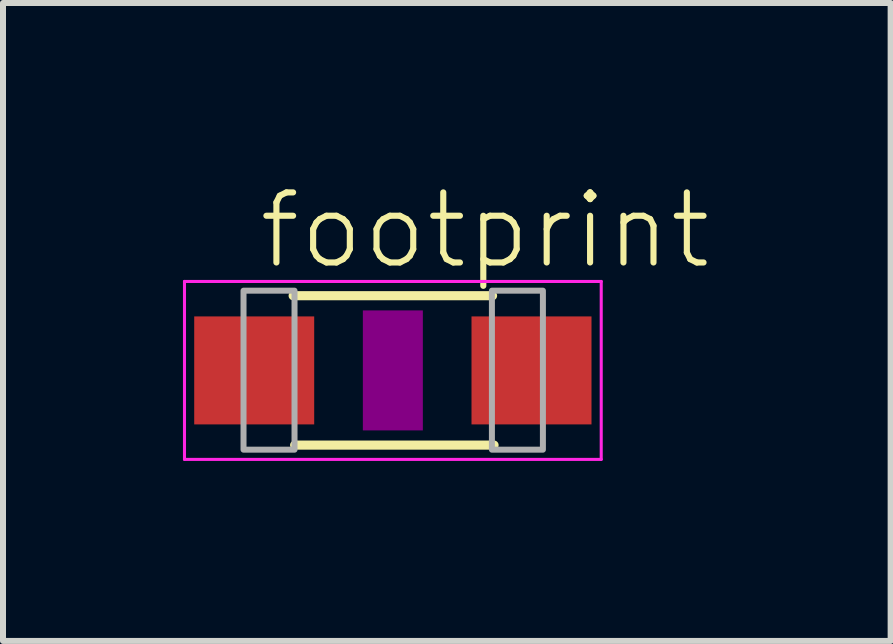
<source format=kicad_pcb>
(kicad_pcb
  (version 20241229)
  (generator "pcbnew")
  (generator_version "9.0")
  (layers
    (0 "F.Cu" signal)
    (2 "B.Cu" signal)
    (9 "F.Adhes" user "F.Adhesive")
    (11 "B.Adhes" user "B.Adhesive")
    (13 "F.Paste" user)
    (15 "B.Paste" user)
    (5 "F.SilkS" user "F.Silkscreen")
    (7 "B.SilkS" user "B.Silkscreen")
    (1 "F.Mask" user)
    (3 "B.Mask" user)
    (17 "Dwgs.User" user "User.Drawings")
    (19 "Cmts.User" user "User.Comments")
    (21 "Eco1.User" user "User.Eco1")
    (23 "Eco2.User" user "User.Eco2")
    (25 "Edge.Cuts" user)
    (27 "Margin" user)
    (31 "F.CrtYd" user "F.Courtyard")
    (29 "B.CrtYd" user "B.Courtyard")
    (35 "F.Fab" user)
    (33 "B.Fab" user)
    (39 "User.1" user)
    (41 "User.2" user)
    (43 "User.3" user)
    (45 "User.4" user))
  (footprint "footprint"
    (layer "F.Cu")
    (at 3.498 3.124)
    (property "Reference" "footprint" (at -2.286 -1.651 0) (layer "F.SilkS") (effects (font (size 1.168 1.168) (thickness 0.102)) (justify left bottom)))
    (fp_line (start -1.662 -1.245) (end 1.662 -1.245) (stroke (width 0.152) (type solid)) (layer "F.SilkS"))
    (fp_line (start -1.637 1.245) (end 1.687 1.245) (stroke (width 0.152) (type solid)) (layer "F.SilkS"))
    (fp_poly (pts (xy -0.5 1) (xy 0.5 1) (xy 0.5 -1) (xy -0.5 -1)) (stroke (width 0) (type solid)) (fill yes) (layer "F.Adhes"))
    (fp_line (start -3.473 -1.483) (end 3.473 -1.483) (stroke (width 0.051) (type solid)) (layer "F.CrtYd"))
    (fp_line (start -3.473 1.483) (end -3.473 -1.483) (stroke (width 0.051) (type solid)) (layer "F.CrtYd"))
    (fp_line (start 3.473 -1.483) (end 3.473 1.483) (stroke (width 0.051) (type solid)) (layer "F.CrtYd"))
    (fp_line (start 3.473 1.483) (end -3.473 1.483) (stroke (width 0.051) (type solid)) (layer "F.CrtYd"))
    (fp_poly (pts (xy -2.489 1.321) (xy -1.639 1.321) (xy -1.639 -1.329) (xy -2.489 -1.329)) (stroke (width 0.1) (type solid)) (fill no) (layer "F.Fab"))
    (fp_poly (pts (xy 1.651 1.321) (xy 2.501 1.321) (xy 2.501 -1.329) (xy 1.651 -1.329)) (stroke (width 0.1) (type solid)) (fill no) (layer "F.Fab"))
    (pad "1" smd rect (at -2.311 0) (size 2 1.8) (layers "F.Cu" "F.Mask" "F.Paste"))
    (pad "2" smd rect (at 2.311 0) (size 2 1.8) (layers "F.Cu" "F.Mask" "F.Paste")))
  (gr_rect
    (start -3 -3)
    (end 11.795 7.633)
    (stroke (width 0.1) (type default))
    (fill no)
    (layer "Edge.Cuts")))
</source>
